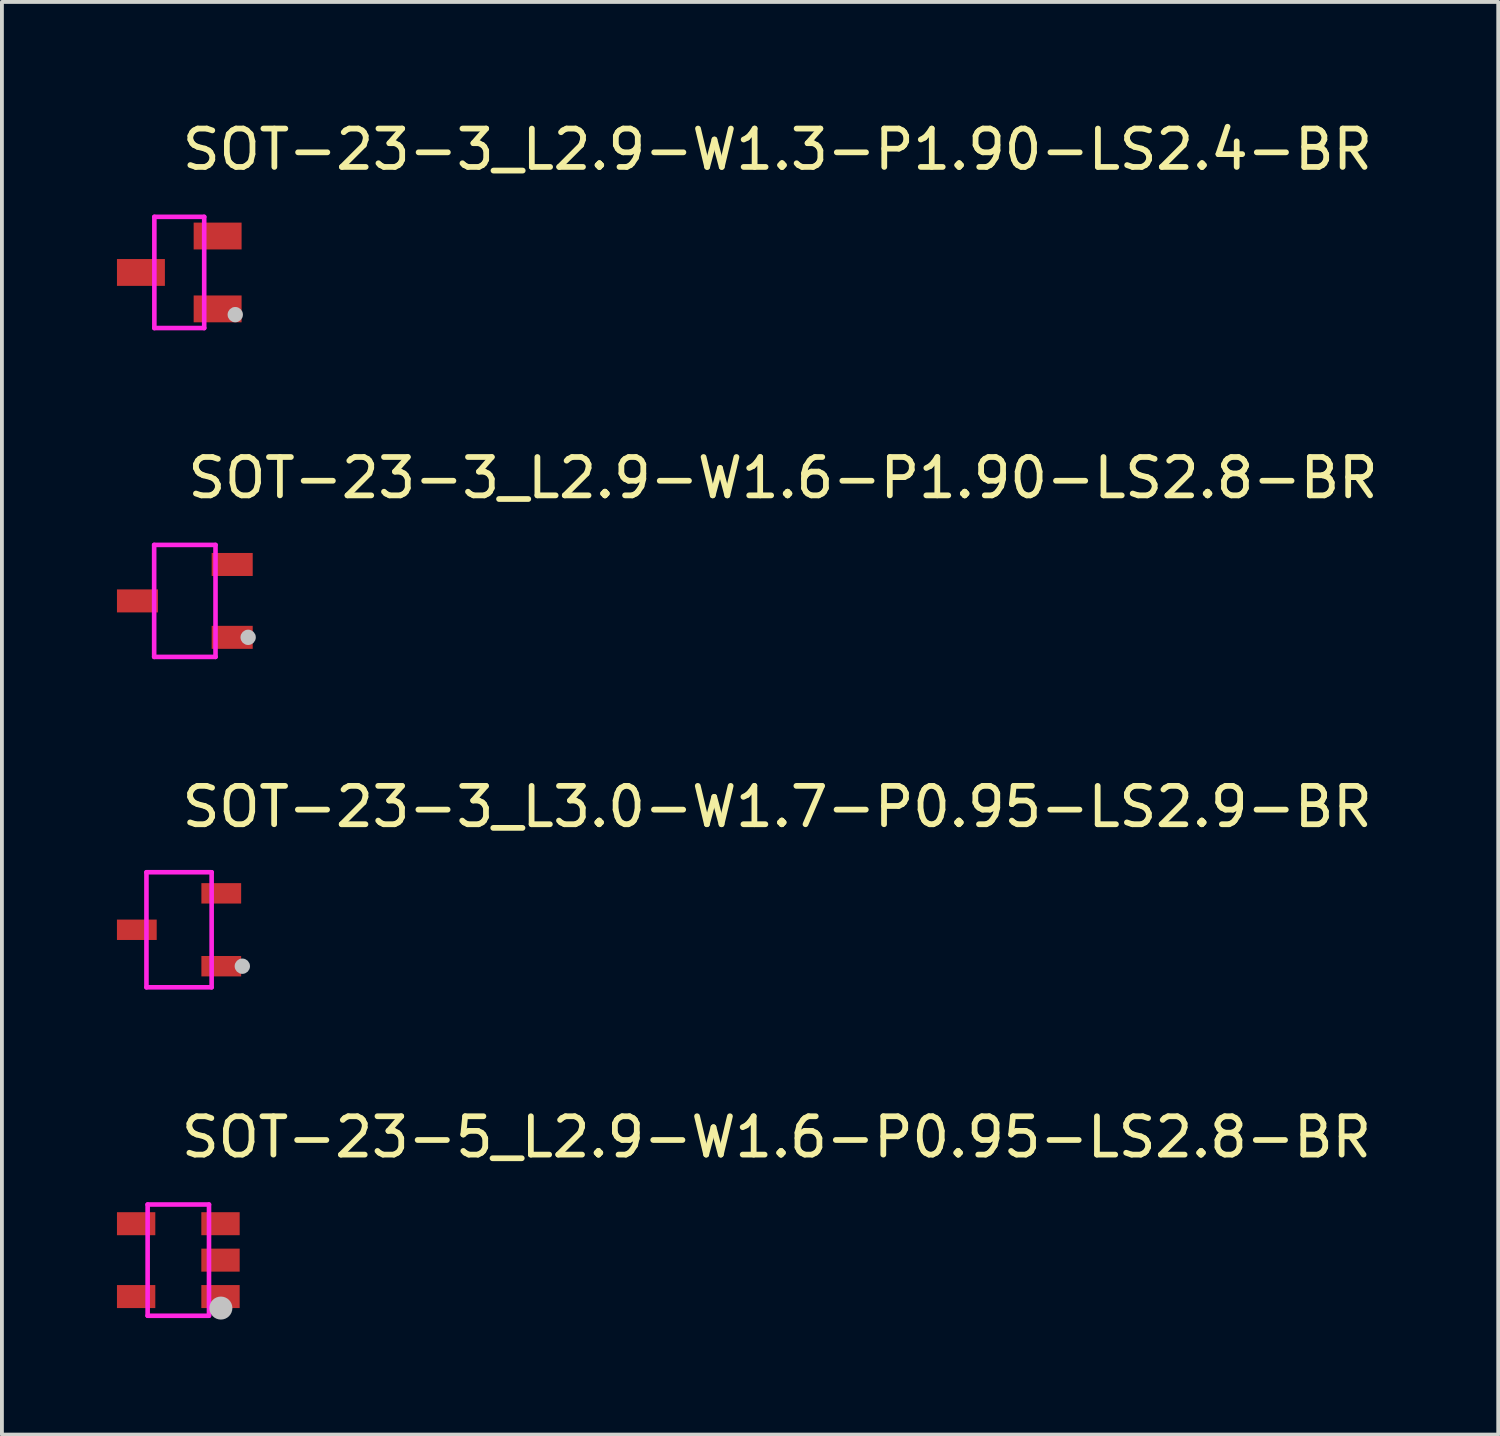
<source format=kicad_pcb>
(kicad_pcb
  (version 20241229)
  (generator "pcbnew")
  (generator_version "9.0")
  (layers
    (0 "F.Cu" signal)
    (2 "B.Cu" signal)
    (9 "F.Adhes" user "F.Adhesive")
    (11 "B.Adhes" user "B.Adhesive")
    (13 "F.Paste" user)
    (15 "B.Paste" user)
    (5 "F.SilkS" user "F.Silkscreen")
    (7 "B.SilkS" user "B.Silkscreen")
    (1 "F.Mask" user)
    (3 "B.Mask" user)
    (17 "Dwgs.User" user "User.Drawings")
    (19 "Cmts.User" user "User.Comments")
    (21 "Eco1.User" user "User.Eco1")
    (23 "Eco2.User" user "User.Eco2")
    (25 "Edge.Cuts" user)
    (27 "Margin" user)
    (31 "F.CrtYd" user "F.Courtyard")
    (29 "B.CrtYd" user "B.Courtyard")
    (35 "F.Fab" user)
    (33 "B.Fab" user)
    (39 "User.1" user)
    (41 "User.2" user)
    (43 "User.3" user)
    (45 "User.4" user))
  (footprint "SOT-23-3_L3.0-W1.7-P0.95-LS2.9-BR"
    (layer "F.Cu")
    (at 1.619 21.196)
    (property "Reference" "SOT-23-3_L3.0-W1.7-P0.95-LS2.9-BR" (at 0 -3.207 0) (layer "F.SilkS") (effects (font (size 1 1) (thickness 0.15)) (justify left)))
    (attr through_hole)
    (fp_circle (center 1.65 0.95) (end 1.75 0.95) (stroke (width 0.2) (type solid)) (fill no) (layer "Dwgs.User"))
    (fp_line (start -1.01 -0.188) (end -0.815 -0.188) (stroke (width 0.12) (type solid)) (layer "Eco2.User"))
    (fp_line (start -1.01 0.188) (end -1.01 -0.188) (stroke (width 0.12) (type solid)) (layer "Eco2.User"))
    (fp_line (start -0.815 -0.188) (end -0.815 0.188) (stroke (width 0.12) (type solid)) (layer "Eco2.User"))
    (fp_line (start -0.815 0.188) (end -1.01 0.188) (stroke (width 0.12) (type solid)) (layer "Eco2.User"))
    (fp_line (start 0.815 -1.137) (end 1.01 -1.137) (stroke (width 0.12) (type solid)) (layer "Eco2.User"))
    (fp_line (start 0.815 -0.762) (end 0.815 -1.137) (stroke (width 0.12) (type solid)) (layer "Eco2.User"))
    (fp_line (start 0.815 0.762) (end 1.01 0.762) (stroke (width 0.12) (type solid)) (layer "Eco2.User"))
    (fp_line (start 0.815 1.137) (end 0.815 0.762) (stroke (width 0.12) (type solid)) (layer "Eco2.User"))
    (fp_line (start 1.01 -1.137) (end 1.01 -0.762) (stroke (width 0.12) (type solid)) (layer "Eco2.User"))
    (fp_line (start 1.01 -0.762) (end 0.815 -0.762) (stroke (width 0.12) (type solid)) (layer "Eco2.User"))
    (fp_line (start 1.01 0.762) (end 1.01 1.137) (stroke (width 0.12) (type solid)) (layer "Eco2.User"))
    (fp_line (start 1.01 1.137) (end 0.815 1.137) (stroke (width 0.12) (type solid)) (layer "Eco2.User"))
    (fp_circle (center 0.2 1.1) (end 0.23 1.1) (stroke (width 0.06) (type solid)) (fill no) (layer "Eco2.User"))
    (fp_poly (pts (xy -1.425 0.188) (xy -1.425 -0.188) (xy -1 -0.188) (xy -1 0.188)) (stroke (width 0.12) (type solid)) (fill no) (layer "Eco2.User"))
    (fp_poly (pts (xy 1 -0.762) (xy 1 -1.137) (xy 1.425 -1.137) (xy 1.425 -0.762)) (stroke (width 0.12) (type solid)) (fill no) (layer "Eco2.User"))
    (fp_poly (pts (xy 1 1.137) (xy 1 0.762) (xy 1.425 0.762) (xy 1.425 1.137)) (stroke (width 0.12) (type solid)) (fill no) (layer "Eco2.User"))
    (fp_line (start -0.85 -1.5) (end 0.85 -1.5) (stroke (width 0.12) (type solid)) (layer "F.CrtYd"))
    (fp_line (start -0.85 1.5) (end -0.85 -1.5) (stroke (width 0.12) (type solid)) (layer "F.CrtYd"))
    (fp_line (start 0.85 -1.5) (end 0.85 1.5) (stroke (width 0.12) (type solid)) (layer "F.CrtYd"))
    (fp_line (start 0.85 1.5) (end -0.85 1.5) (stroke (width 0.12) (type solid)) (layer "F.CrtYd"))
    (pad "1" smd rect (at 1.101 0.95) (size 1.037 0.532) (layers "F.Cu" "F.Mask" "F.Paste"))
    (pad "2" smd rect (at 1.101 -0.95) (size 1.037 0.532) (layers "F.Cu" "F.Mask" "F.Paste"))
    (pad "3" smd rect (at -1.101 0) (size 1.037 0.532) (layers "F.Cu" "F.Mask" "F.Paste")))
  (footprint "SOT-23-3_L2.9-W1.6-P1.90-LS2.8-BR"
    (layer "F.Cu")
    (at 1.77 12.62)
    (property "Reference" "SOT-23-3_L2.9-W1.6-P1.90-LS2.8-BR" (at 0 -3.207 0) (layer "F.SilkS") (effects (font (size 1 1) (thickness 0.15)) (justify left)))
    (attr through_hole)
    (fp_circle (center 1.651 0.95) (end 1.751 0.95) (stroke (width 0.2) (type solid)) (fill no) (layer "Dwgs.User"))
    (fp_line (start -0.96 -0.2) (end -0.79 -0.2) (stroke (width 0.12) (type solid)) (layer "Eco2.User"))
    (fp_line (start -0.96 0.2) (end -0.96 -0.2) (stroke (width 0.12) (type solid)) (layer "Eco2.User"))
    (fp_line (start -0.79 -0.2) (end -0.79 0.2) (stroke (width 0.12) (type solid)) (layer "Eco2.User"))
    (fp_line (start -0.79 0.2) (end -0.96 0.2) (stroke (width 0.12) (type solid)) (layer "Eco2.User"))
    (fp_line (start 0.79 -1.15) (end 0.96 -1.15) (stroke (width 0.12) (type solid)) (layer "Eco2.User"))
    (fp_line (start 0.79 -0.75) (end 0.79 -1.15) (stroke (width 0.12) (type solid)) (layer "Eco2.User"))
    (fp_line (start 0.79 0.75) (end 0.96 0.75) (stroke (width 0.12) (type solid)) (layer "Eco2.User"))
    (fp_line (start 0.79 1.15) (end 0.79 0.75) (stroke (width 0.12) (type solid)) (layer "Eco2.User"))
    (fp_line (start 0.96 -1.15) (end 0.96 -0.75) (stroke (width 0.12) (type solid)) (layer "Eco2.User"))
    (fp_line (start 0.96 -0.75) (end 0.79 -0.75) (stroke (width 0.12) (type solid)) (layer "Eco2.User"))
    (fp_line (start 0.96 0.75) (end 0.96 1.15) (stroke (width 0.12) (type solid)) (layer "Eco2.User"))
    (fp_line (start 0.96 1.15) (end 0.79 1.15) (stroke (width 0.12) (type solid)) (layer "Eco2.User"))
    (fp_circle (center 1.4 1.46) (end 1.43 1.46) (stroke (width 0.06) (type solid)) (fill no) (layer "Eco2.User"))
    (fp_poly (pts (xy -0.95 0.2) (xy -0.95 -0.2) (xy -1.4 -0.2) (xy -1.4 0.2)) (stroke (width 0.12) (type solid)) (fill no) (layer "Eco2.User"))
    (fp_poly (pts (xy 0.95 -0.75) (xy 0.95 -1.15) (xy 1.4 -1.15) (xy 1.4 -0.75)) (stroke (width 0.12) (type solid)) (fill no) (layer "Eco2.User"))
    (fp_poly (pts (xy 0.95 1.15) (xy 0.95 0.75) (xy 1.4 0.75) (xy 1.4 1.15)) (stroke (width 0.12) (type solid)) (fill no) (layer "Eco2.User"))
    (fp_line (start -0.8 -1.46) (end 0.8 -1.46) (stroke (width 0.12) (type solid)) (layer "F.CrtYd"))
    (fp_line (start -0.8 1.46) (end -0.8 -1.46) (stroke (width 0.12) (type solid)) (layer "F.CrtYd"))
    (fp_line (start 0.8 -1.46) (end 0.8 1.46) (stroke (width 0.12) (type solid)) (layer "F.CrtYd"))
    (fp_line (start 0.8 1.46) (end -0.8 1.46) (stroke (width 0.12) (type solid)) (layer "F.CrtYd"))
    (pad "1" smd rect (at 1.235 0.95) (size 1.07 0.6) (layers "F.Cu" "F.Mask" "F.Paste"))
    (pad "2" smd rect (at 1.235 -0.95) (size 1.07 0.6) (layers "F.Cu" "F.Mask" "F.Paste"))
    (pad "3" smd rect (at -1.235 0) (size 1.07 0.6) (layers "F.Cu" "F.Mask" "F.Paste")))
  (footprint "SOT-23-5_L2.9-W1.6-P0.95-LS2.8-BR"
    (layer "F.Cu")
    (at 1.6 29.811)
    (property "Reference" "SOT-23-5_L2.9-W1.6-P0.95-LS2.8-BR" (at 0 -3.207 0) (layer "F.SilkS") (effects (font (size 1 1) (thickness 0.15)) (justify left)))
    (attr through_hole)
    (fp_circle (center 1.11 1.25) (end 1.26 1.25) (stroke (width 0.3) (type solid)) (fill no) (layer "Dwgs.User"))
    (fp_line (start -0.96 -1.15) (end -0.79 -1.15) (stroke (width 0.12) (type solid)) (layer "Eco2.User"))
    (fp_line (start -0.96 -0.75) (end -0.96 -1.15) (stroke (width 0.12) (type solid)) (layer "Eco2.User"))
    (fp_line (start -0.96 0.75) (end -0.79 0.75) (stroke (width 0.12) (type solid)) (layer "Eco2.User"))
    (fp_line (start -0.96 1.15) (end -0.96 0.75) (stroke (width 0.12) (type solid)) (layer "Eco2.User"))
    (fp_line (start -0.79 -1.15) (end -0.79 -0.75) (stroke (width 0.12) (type solid)) (layer "Eco2.User"))
    (fp_line (start -0.79 -0.75) (end -0.96 -0.75) (stroke (width 0.12) (type solid)) (layer "Eco2.User"))
    (fp_line (start -0.79 0.75) (end -0.79 1.15) (stroke (width 0.12) (type solid)) (layer "Eco2.User"))
    (fp_line (start -0.79 1.15) (end -0.96 1.15) (stroke (width 0.12) (type solid)) (layer "Eco2.User"))
    (fp_line (start 0.79 -1.15) (end 0.96 -1.15) (stroke (width 0.12) (type solid)) (layer "Eco2.User"))
    (fp_line (start 0.79 -0.75) (end 0.79 -1.15) (stroke (width 0.12) (type solid)) (layer "Eco2.User"))
    (fp_line (start 0.79 -0.2) (end 0.96 -0.2) (stroke (width 0.12) (type solid)) (layer "Eco2.User"))
    (fp_line (start 0.79 0.2) (end 0.79 -0.2) (stroke (width 0.12) (type solid)) (layer "Eco2.User"))
    (fp_line (start 0.79 0.75) (end 0.96 0.75) (stroke (width 0.12) (type solid)) (layer "Eco2.User"))
    (fp_line (start 0.79 1.15) (end 0.79 0.75) (stroke (width 0.12) (type solid)) (layer "Eco2.User"))
    (fp_line (start 0.96 -1.15) (end 0.96 -0.75) (stroke (width 0.12) (type solid)) (layer "Eco2.User"))
    (fp_line (start 0.96 -0.75) (end 0.79 -0.75) (stroke (width 0.12) (type solid)) (layer "Eco2.User"))
    (fp_line (start 0.96 -0.2) (end 0.96 0.2) (stroke (width 0.12) (type solid)) (layer "Eco2.User"))
    (fp_line (start 0.96 0.2) (end 0.79 0.2) (stroke (width 0.12) (type solid)) (layer "Eco2.User"))
    (fp_line (start 0.96 0.75) (end 0.96 1.15) (stroke (width 0.12) (type solid)) (layer "Eco2.User"))
    (fp_line (start 0.96 1.15) (end 0.79 1.15) (stroke (width 0.12) (type solid)) (layer "Eco2.User"))
    (fp_circle (center 1.4 1.45) (end 1.43 1.45) (stroke (width 0.06) (type solid)) (fill no) (layer "Eco2.User"))
    (fp_poly (pts (xy -0.95 -0.75) (xy -1.4 -0.75) (xy -1.4 -1.15) (xy -0.95 -1.15)) (stroke (width 0.12) (type solid)) (fill no) (layer "Eco2.User"))
    (fp_poly (pts (xy -0.95 1.15) (xy -1.4 1.15) (xy -1.4 0.75) (xy -0.95 0.75)) (stroke (width 0.12) (type solid)) (fill no) (layer "Eco2.User"))
    (fp_poly (pts (xy 1.4 -0.75) (xy 0.95 -0.75) (xy 0.95 -1.15) (xy 1.4 -1.15)) (stroke (width 0.12) (type solid)) (fill no) (layer "Eco2.User"))
    (fp_poly (pts (xy 1.4 0.2) (xy 0.95 0.2) (xy 0.95 -0.2) (xy 1.4 -0.2)) (stroke (width 0.12) (type solid)) (fill no) (layer "Eco2.User"))
    (fp_poly (pts (xy 1.4 1.15) (xy 0.95 1.15) (xy 0.95 0.75) (xy 1.4 0.75)) (stroke (width 0.12) (type solid)) (fill no) (layer "Eco2.User"))
    (fp_line (start -0.8 -1.45) (end 0.8 -1.45) (stroke (width 0.12) (type solid)) (layer "F.CrtYd"))
    (fp_line (start -0.8 1.45) (end -0.8 -1.45) (stroke (width 0.12) (type solid)) (layer "F.CrtYd"))
    (fp_line (start 0.8 -1.45) (end 0.8 1.45) (stroke (width 0.12) (type solid)) (layer "F.CrtYd"))
    (fp_line (start 0.8 1.45) (end -0.8 1.45) (stroke (width 0.12) (type solid)) (layer "F.CrtYd"))
    (pad "1" smd rect (at 1.1 0.95 90) (size 0.6 1) (layers "F.Cu" "F.Mask" "F.Paste"))
    (pad "2" smd rect (at 1.1 0 90) (size 0.6 1) (layers "F.Cu" "F.Mask" "F.Paste"))
    (pad "3" smd rect (at 1.1 -0.95 90) (size 0.6 1) (layers "F.Cu" "F.Mask" "F.Paste"))
    (pad "4" smd rect (at -1.1 -0.95 90) (size 0.6 1) (layers "F.Cu" "F.Mask" "F.Paste"))
    (pad "5" smd rect (at -1.1 0.95 90) (size 0.6 1) (layers "F.Cu" "F.Mask" "F.Paste")))
  (footprint "SOT-23-3_L2.9-W1.3-P1.90-LS2.4-BR"
    (layer "F.Cu")
    (at 1.625 4.055)
    (property "Reference" "SOT-23-3_L2.9-W1.3-P1.90-LS2.4-BR" (at 0 -3.207 0) (layer "F.SilkS") (effects (font (size 1 1) (thickness 0.15)) (justify left)))
    (attr through_hole)
    (fp_circle (center 1.46 1.1) (end 1.56 1.1) (stroke (width 0.2) (type solid)) (fill no) (layer "Dwgs.User"))
    (fp_line (start -0.91 -0.215) (end -0.64 -0.215) (stroke (width 0.12) (type solid)) (layer "Eco2.User"))
    (fp_line (start -0.91 0.215) (end -0.91 -0.215) (stroke (width 0.12) (type solid)) (layer "Eco2.User"))
    (fp_line (start -0.64 -0.215) (end -0.64 0.215) (stroke (width 0.12) (type solid)) (layer "Eco2.User"))
    (fp_line (start -0.64 0.215) (end -0.91 0.215) (stroke (width 0.12) (type solid)) (layer "Eco2.User"))
    (fp_line (start 0.64 -1.165) (end 0.91 -1.165) (stroke (width 0.12) (type solid)) (layer "Eco2.User"))
    (fp_line (start 0.64 -0.735) (end 0.64 -1.165) (stroke (width 0.12) (type solid)) (layer "Eco2.User"))
    (fp_line (start 0.64 0.735) (end 0.91 0.735) (stroke (width 0.12) (type solid)) (layer "Eco2.User"))
    (fp_line (start 0.64 1.165) (end 0.64 0.735) (stroke (width 0.12) (type solid)) (layer "Eco2.User"))
    (fp_line (start 0.91 -1.165) (end 0.91 -0.735) (stroke (width 0.12) (type solid)) (layer "Eco2.User"))
    (fp_line (start 0.91 -0.735) (end 0.64 -0.735) (stroke (width 0.12) (type solid)) (layer "Eco2.User"))
    (fp_line (start 0.91 0.735) (end 0.91 1.165) (stroke (width 0.12) (type solid)) (layer "Eco2.User"))
    (fp_line (start 0.91 1.165) (end 0.64 1.165) (stroke (width 0.12) (type solid)) (layer "Eco2.User"))
    (fp_circle (center 1.2 1.45) (end 1.23 1.45) (stroke (width 0.06) (type solid)) (fill no) (layer "Eco2.User"))
    (fp_poly (pts (xy -1.2 0.215) (xy -1.2 -0.215) (xy -0.9 -0.215) (xy -0.9 0.215)) (stroke (width 0.12) (type solid)) (fill no) (layer "Eco2.User"))
    (fp_poly (pts (xy 0.9 -0.735) (xy 0.9 -1.165) (xy 1.2 -1.165) (xy 1.2 -0.735)) (stroke (width 0.12) (type solid)) (fill no) (layer "Eco2.User"))
    (fp_poly (pts (xy 0.9 1.165) (xy 0.9 0.735) (xy 1.2 0.735) (xy 1.2 1.165)) (stroke (width 0.12) (type solid)) (fill no) (layer "Eco2.User"))
    (fp_line (start -0.65 -1.45) (end 0.65 -1.45) (stroke (width 0.12) (type solid)) (layer "F.CrtYd"))
    (fp_line (start -0.65 1.45) (end -0.65 -1.45) (stroke (width 0.12) (type solid)) (layer "F.CrtYd"))
    (fp_line (start 0.65 -1.45) (end 0.65 1.45) (stroke (width 0.12) (type solid)) (layer "F.CrtYd"))
    (fp_line (start 0.65 1.45) (end -0.65 1.45) (stroke (width 0.12) (type solid)) (layer "F.CrtYd"))
    (pad "1" smd rect (at 1 0.95) (size 1.25 0.7) (layers "F.Cu" "F.Mask" "F.Paste"))
    (pad "2" smd rect (at 1 -0.95) (size 1.25 0.7) (layers "F.Cu" "F.Mask" "F.Paste"))
    (pad "3" smd rect (at -1 0) (size 1.25 0.7) (layers "F.Cu" "F.Mask" "F.Paste")))
  (gr_rect
    (start -3 -3)
    (end 36.02 34.361)
    (stroke (width 0.1) (type default))
    (fill no)
    (layer "Edge.Cuts")))
</source>
